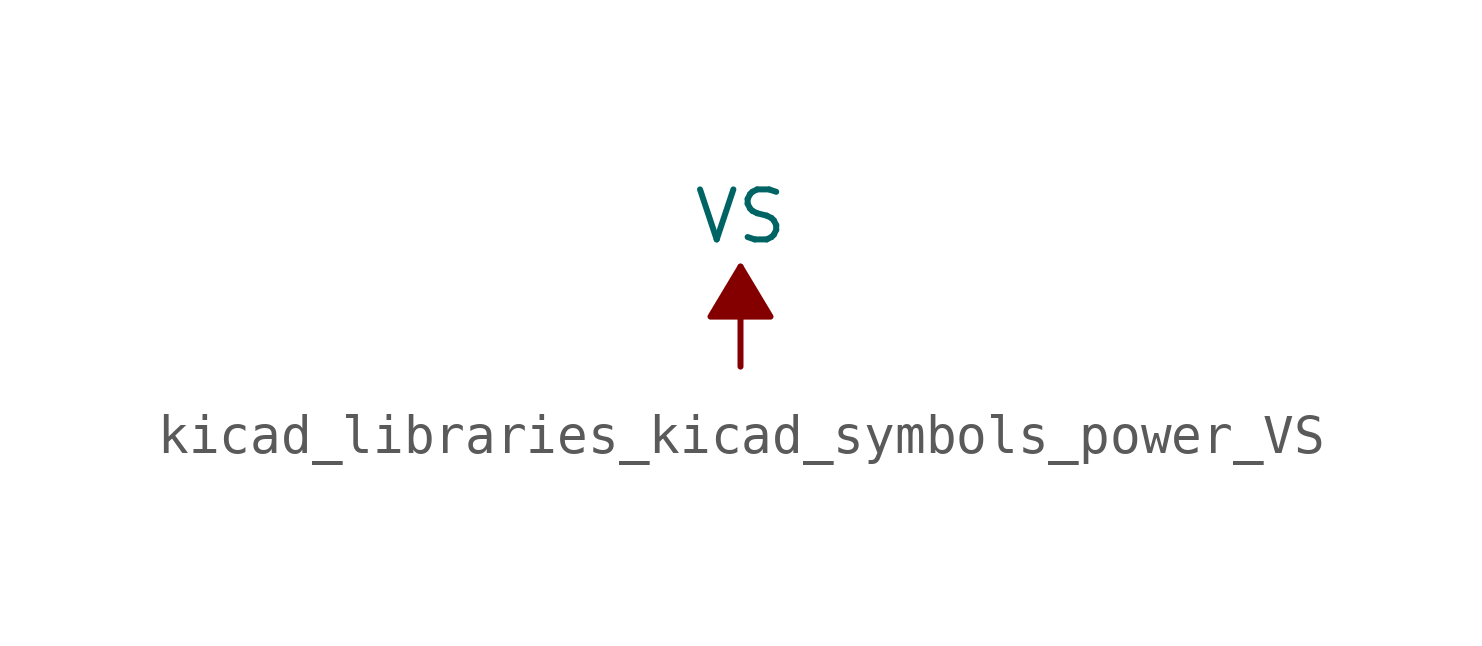
<source format=kicad_sym>
(kicad_symbol_lib
  (version 20220914)
  (generator kicad_symbol_editor)
  (symbol "kicad_libraries_kicad_symbols_power_VS"
    (power)
    (pin_names
      (offset 0))
    (property "Reference" "#PWR"
      (at -5.08 -3.81 0)
      (effects (font (size 1.27 1.27)) hide))
    (property "Value" "VS"
      (at 0 3.81 0)
      (effects (font (size 1.27 1.27))))
    (symbol "kicad_libraries_kicad_symbols_power_VS_0_1"
      (polyline (pts (xy 0 0) (xy 0 2.54)) (stroke (width 0) (type default)) (fill (type none)))
      (polyline (pts (xy 0.762 1.27) (xy -0.762 1.27) (xy 0 2.54) (xy 0.762 1.27)) (stroke (width 0) (type default)) (fill (type outline))))
    (symbol "kicad_libraries_kicad_symbols_power_VS_1_1"
      (pin power_in line (at 0 0 90) (length 0) hide (name "VS" (effects (font (size 1.27 1.27)))) (number "1" (effects (font (size 1.27 1.27))))))))
</source>
